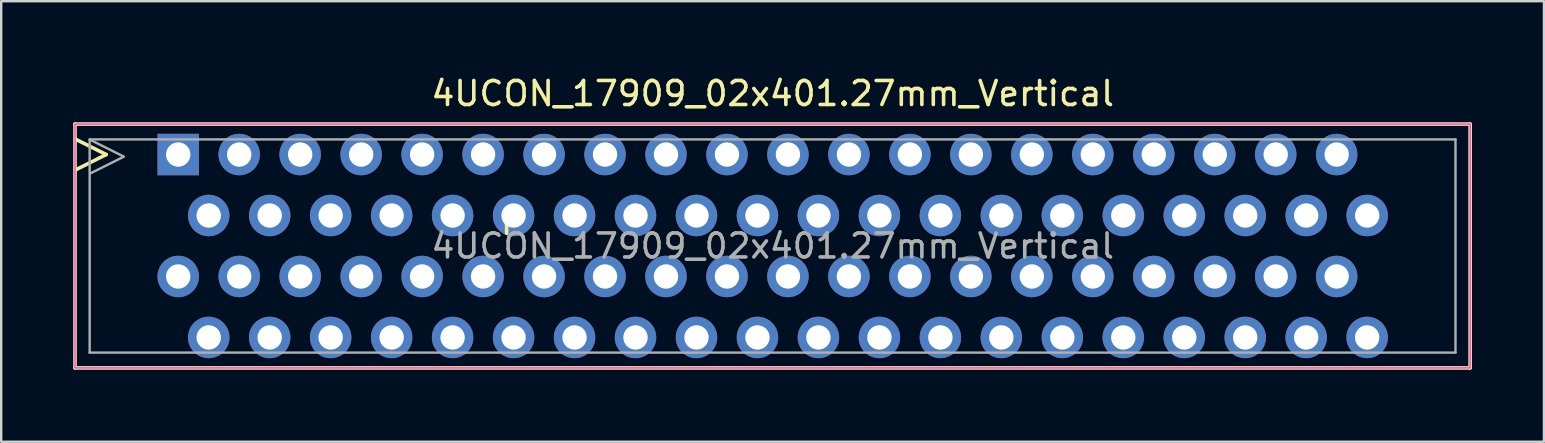
<source format=kicad_pcb>
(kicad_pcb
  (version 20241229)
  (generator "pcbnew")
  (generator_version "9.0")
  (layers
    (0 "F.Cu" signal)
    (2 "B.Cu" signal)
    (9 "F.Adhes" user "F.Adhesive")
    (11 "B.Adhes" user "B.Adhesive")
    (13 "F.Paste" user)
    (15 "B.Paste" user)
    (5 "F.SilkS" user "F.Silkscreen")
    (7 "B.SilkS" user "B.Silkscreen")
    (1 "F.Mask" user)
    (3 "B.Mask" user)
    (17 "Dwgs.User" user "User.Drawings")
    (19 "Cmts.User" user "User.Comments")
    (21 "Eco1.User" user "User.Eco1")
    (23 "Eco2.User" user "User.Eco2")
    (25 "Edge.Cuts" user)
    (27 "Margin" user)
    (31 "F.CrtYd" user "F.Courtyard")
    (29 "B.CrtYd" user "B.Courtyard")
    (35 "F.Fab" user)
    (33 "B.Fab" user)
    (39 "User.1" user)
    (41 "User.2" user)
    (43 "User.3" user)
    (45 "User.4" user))
  (footprint "4UCON_17909_02x401.27mm_Vertical"
    (layer "F.Cu")
    (at 4.375 3.388)
    (property "Reference" "4UCON_17909_02x401.27mm_Vertical" (at 24.765 -2.54 0) (layer "F.SilkS") (effects (font (size 1 1) (thickness 0.15))))
    (attr through_hole)
    (fp_line (start -4.3 -1.27) (end 53.82 -1.27) (stroke (width 0.15) (type solid)) (layer "F.SilkS"))
    (fp_line (start -4.3 8.89) (end -4.3 -1.27) (stroke (width 0.15) (type solid)) (layer "F.SilkS"))
    (fp_line (start -4.27 -0.635) (end -3 0) (stroke (width 0.15) (type solid)) (layer "F.SilkS"))
    (fp_line (start -3 0) (end -4.27 0.635) (stroke (width 0.15) (type solid)) (layer "F.SilkS"))
    (fp_line (start 13.68 2.73) (end 13.68 3.28) (stroke (width 0.15) (type solid)) (layer "F.SilkS"))
    (fp_line (start 53.82 -1.27) (end 53.82 8.89) (stroke (width 0.15) (type solid)) (layer "F.SilkS"))
    (fp_line (start 53.82 8.89) (end -4.3 8.89) (stroke (width 0.15) (type solid)) (layer "F.SilkS"))
    (fp_line (start -4.3 -1.27) (end -4.3 8.89) (stroke (width 0.05) (type solid)) (layer "F.CrtYd"))
    (fp_line (start -4.3 8.89) (end 53.82 8.89) (stroke (width 0.05) (type solid)) (layer "F.CrtYd"))
    (fp_line (start 53.82 -1.27) (end -4.3 -1.27) (stroke (width 0.05) (type solid)) (layer "F.CrtYd"))
    (fp_line (start 53.82 8.89) (end 53.82 -1.27) (stroke (width 0.05) (type solid)) (layer "F.CrtYd"))
    (fp_line (start -3.69 -0.63) (end 53.21 -0.63) (stroke (width 0.1) (type solid)) (layer "F.Fab"))
    (fp_line (start -3.69 8.25) (end -3.69 -0.63) (stroke (width 0.1) (type solid)) (layer "F.Fab"))
    (fp_line (start -3.68 -0.62) (end -2.28 0.08) (stroke (width 0.1) (type solid)) (layer "F.Fab"))
    (fp_line (start -2.27 0.09) (end -3.67 0.79) (stroke (width 0.1) (type solid)) (layer "F.Fab"))
    (fp_line (start 53.21 -0.63) (end 53.21 8.25) (stroke (width 0.1) (type solid)) (layer "F.Fab"))
    (fp_line (start 53.21 8.25) (end -3.69 8.25) (stroke (width 0.1) (type solid)) (layer "F.Fab"))
    (fp_text user "${REFERENCE}" (at 24.765 3.81 0) (layer "F.Fab") (effects (font (size 1 1) (thickness 0.15))))
    (pad "1" thru_hole rect (at 0 0) (size 1.727 1.727) (drill 1.016) (layers "*.Cu" "*.Mask"))
    (pad "2" thru_hole oval (at 0 5.08) (size 1.727 1.727) (drill 1.016) (layers "*.Cu" "*.Mask"))
    (pad "3" thru_hole oval (at 1.27 2.54) (size 1.727 1.727) (drill 1.016) (layers "*.Cu" "*.Mask"))
    (pad "4" thru_hole oval (at 1.27 7.62) (size 1.727 1.727) (drill 1.016) (layers "*.Cu" "*.Mask"))
    (pad "5" thru_hole oval (at 2.54 0) (size 1.727 1.727) (drill 1.016) (layers "*.Cu" "*.Mask"))
    (pad "6" thru_hole oval (at 2.54 5.08) (size 1.727 1.727) (drill 1.016) (layers "*.Cu" "*.Mask"))
    (pad "7" thru_hole oval (at 3.81 2.54) (size 1.727 1.727) (drill 1.016) (layers "*.Cu" "*.Mask"))
    (pad "8" thru_hole oval (at 3.81 7.62) (size 1.727 1.727) (drill 1.016) (layers "*.Cu" "*.Mask"))
    (pad "9" thru_hole oval (at 5.08 0) (size 1.727 1.727) (drill 1.016) (layers "*.Cu" "*.Mask"))
    (pad "10" thru_hole oval (at 5.08 5.08) (size 1.727 1.727) (drill 1.016) (layers "*.Cu" "*.Mask"))
    (pad "11" thru_hole oval (at 6.35 2.54) (size 1.727 1.727) (drill 1.016) (layers "*.Cu" "*.Mask"))
    (pad "12" thru_hole oval (at 6.35 7.62) (size 1.727 1.727) (drill 1.016) (layers "*.Cu" "*.Mask"))
    (pad "13" thru_hole oval (at 7.62 0) (size 1.727 1.727) (drill 1.016) (layers "*.Cu" "*.Mask"))
    (pad "14" thru_hole oval (at 7.62 5.08) (size 1.727 1.727) (drill 1.016) (layers "*.Cu" "*.Mask"))
    (pad "15" thru_hole oval (at 8.89 2.54) (size 1.727 1.727) (drill 1.016) (layers "*.Cu" "*.Mask"))
    (pad "16" thru_hole oval (at 8.89 7.62) (size 1.727 1.727) (drill 1.016) (layers "*.Cu" "*.Mask"))
    (pad "17" thru_hole oval (at 10.16 0) (size 1.727 1.727) (drill 1.016) (layers "*.Cu" "*.Mask"))
    (pad "18" thru_hole oval (at 10.16 5.08) (size 1.727 1.727) (drill 1.016) (layers "*.Cu" "*.Mask"))
    (pad "19" thru_hole oval (at 11.43 2.54) (size 1.727 1.727) (drill 1.016) (layers "*.Cu" "*.Mask"))
    (pad "20" thru_hole oval (at 11.43 7.62) (size 1.727 1.727) (drill 1.016) (layers "*.Cu" "*.Mask"))
    (pad "21" thru_hole oval (at 12.7 0) (size 1.727 1.727) (drill 1.016) (layers "*.Cu" "*.Mask"))
    (pad "22" thru_hole oval (at 12.7 5.08) (size 1.727 1.727) (drill 1.016) (layers "*.Cu" "*.Mask"))
    (pad "23" thru_hole oval (at 13.97 2.54) (size 1.727 1.727) (drill 1.016) (layers "*.Cu" "*.Mask"))
    (pad "24" thru_hole oval (at 13.97 7.62) (size 1.727 1.727) (drill 1.016) (layers "*.Cu" "*.Mask"))
    (pad "25" thru_hole oval (at 15.24 0) (size 1.727 1.727) (drill 1.016) (layers "*.Cu" "*.Mask"))
    (pad "26" thru_hole oval (at 15.24 5.08) (size 1.727 1.727) (drill 1.016) (layers "*.Cu" "*.Mask"))
    (pad "27" thru_hole oval (at 16.51 2.54) (size 1.727 1.727) (drill 1.016) (layers "*.Cu" "*.Mask"))
    (pad "28" thru_hole oval (at 16.51 7.62) (size 1.727 1.727) (drill 1.016) (layers "*.Cu" "*.Mask"))
    (pad "29" thru_hole oval (at 17.78 0) (size 1.727 1.727) (drill 1.016) (layers "*.Cu" "*.Mask"))
    (pad "30" thru_hole oval (at 17.78 5.08) (size 1.727 1.727) (drill 1.016) (layers "*.Cu" "*.Mask"))
    (pad "31" thru_hole oval (at 19.05 2.54) (size 1.727 1.727) (drill 1.016) (layers "*.Cu" "*.Mask"))
    (pad "32" thru_hole oval (at 19.05 7.62) (size 1.727 1.727) (drill 1.016) (layers "*.Cu" "*.Mask"))
    (pad "33" thru_hole oval (at 20.32 0) (size 1.727 1.727) (drill 1.016) (layers "*.Cu" "*.Mask"))
    (pad "34" thru_hole oval (at 20.32 5.08) (size 1.727 1.727) (drill 1.016) (layers "*.Cu" "*.Mask"))
    (pad "35" thru_hole oval (at 21.59 2.54) (size 1.727 1.727) (drill 1.016) (layers "*.Cu" "*.Mask"))
    (pad "36" thru_hole oval (at 21.59 7.62) (size 1.727 1.727) (drill 1.016) (layers "*.Cu" "*.Mask"))
    (pad "37" thru_hole oval (at 22.86 0) (size 1.727 1.727) (drill 1.016) (layers "*.Cu" "*.Mask"))
    (pad "38" thru_hole oval (at 22.86 5.08) (size 1.727 1.727) (drill 1.016) (layers "*.Cu" "*.Mask"))
    (pad "39" thru_hole oval (at 24.13 2.54) (size 1.727 1.727) (drill 1.016) (layers "*.Cu" "*.Mask"))
    (pad "40" thru_hole oval (at 24.13 7.62) (size 1.727 1.727) (drill 1.016) (layers "*.Cu" "*.Mask"))
    (pad "41" thru_hole oval (at 25.4 0) (size 1.727 1.727) (drill 1.016) (layers "*.Cu" "*.Mask"))
    (pad "42" thru_hole oval (at 25.4 5.08) (size 1.727 1.727) (drill 1.016) (layers "*.Cu" "*.Mask"))
    (pad "43" thru_hole oval (at 26.67 2.54) (size 1.727 1.727) (drill 1.016) (layers "*.Cu" "*.Mask"))
    (pad "44" thru_hole oval (at 26.67 7.62) (size 1.727 1.727) (drill 1.016) (layers "*.Cu" "*.Mask"))
    (pad "45" thru_hole oval (at 27.94 0) (size 1.727 1.727) (drill 1.016) (layers "*.Cu" "*.Mask"))
    (pad "46" thru_hole oval (at 27.94 5.08) (size 1.727 1.727) (drill 1.016) (layers "*.Cu" "*.Mask"))
    (pad "47" thru_hole oval (at 29.21 2.54) (size 1.727 1.727) (drill 1.016) (layers "*.Cu" "*.Mask"))
    (pad "48" thru_hole oval (at 29.21 7.62) (size 1.727 1.727) (drill 1.016) (layers "*.Cu" "*.Mask"))
    (pad "49" thru_hole oval (at 30.48 0) (size 1.727 1.727) (drill 1.016) (layers "*.Cu" "*.Mask"))
    (pad "50" thru_hole oval (at 30.48 5.08) (size 1.727 1.727) (drill 1.016) (layers "*.Cu" "*.Mask"))
    (pad "51" thru_hole oval (at 31.75 2.54) (size 1.727 1.727) (drill 1.016) (layers "*.Cu" "*.Mask"))
    (pad "52" thru_hole oval (at 31.75 7.62) (size 1.727 1.727) (drill 1.016) (layers "*.Cu" "*.Mask"))
    (pad "53" thru_hole oval (at 33.02 0) (size 1.727 1.727) (drill 1.016) (layers "*.Cu" "*.Mask"))
    (pad "54" thru_hole oval (at 33.02 5.08) (size 1.727 1.727) (drill 1.016) (layers "*.Cu" "*.Mask"))
    (pad "55" thru_hole oval (at 34.29 2.54) (size 1.727 1.727) (drill 1.016) (layers "*.Cu" "*.Mask"))
    (pad "56" thru_hole oval (at 34.29 7.62) (size 1.727 1.727) (drill 1.016) (layers "*.Cu" "*.Mask"))
    (pad "57" thru_hole oval (at 35.56 0) (size 1.727 1.727) (drill 1.016) (layers "*.Cu" "*.Mask"))
    (pad "58" thru_hole oval (at 35.56 5.08) (size 1.727 1.727) (drill 1.016) (layers "*.Cu" "*.Mask"))
    (pad "59" thru_hole oval (at 36.83 2.54) (size 1.727 1.727) (drill 1.016) (layers "*.Cu" "*.Mask"))
    (pad "60" thru_hole oval (at 36.83 7.62) (size 1.727 1.727) (drill 1.016) (layers "*.Cu" "*.Mask"))
    (pad "61" thru_hole oval (at 38.1 0) (size 1.727 1.727) (drill 1.016) (layers "*.Cu" "*.Mask"))
    (pad "62" thru_hole oval (at 38.1 5.08) (size 1.727 1.727) (drill 1.016) (layers "*.Cu" "*.Mask"))
    (pad "63" thru_hole oval (at 39.37 2.54) (size 1.727 1.727) (drill 1.016) (layers "*.Cu" "*.Mask"))
    (pad "64" thru_hole oval (at 39.37 7.62) (size 1.727 1.727) (drill 1.016) (layers "*.Cu" "*.Mask"))
    (pad "65" thru_hole oval (at 40.64 0) (size 1.727 1.727) (drill 1.016) (layers "*.Cu" "*.Mask"))
    (pad "66" thru_hole oval (at 40.64 5.08) (size 1.727 1.727) (drill 1.016) (layers "*.Cu" "*.Mask"))
    (pad "67" thru_hole oval (at 41.91 2.54) (size 1.727 1.727) (drill 1.016) (layers "*.Cu" "*.Mask"))
    (pad "68" thru_hole oval (at 41.91 7.62) (size 1.727 1.727) (drill 1.016) (layers "*.Cu" "*.Mask"))
    (pad "69" thru_hole oval (at 43.18 0) (size 1.727 1.727) (drill 1.016) (layers "*.Cu" "*.Mask"))
    (pad "70" thru_hole oval (at 43.18 5.08) (size 1.727 1.727) (drill 1.016) (layers "*.Cu" "*.Mask"))
    (pad "71" thru_hole oval (at 44.45 2.54) (size 1.727 1.727) (drill 1.016) (layers "*.Cu" "*.Mask"))
    (pad "72" thru_hole oval (at 44.45 7.62) (size 1.727 1.727) (drill 1.016) (layers "*.Cu" "*.Mask"))
    (pad "73" thru_hole oval (at 45.72 0) (size 1.727 1.727) (drill 1.016) (layers "*.Cu" "*.Mask"))
    (pad "74" thru_hole oval (at 45.72 5.08) (size 1.727 1.727) (drill 1.016) (layers "*.Cu" "*.Mask"))
    (pad "75" thru_hole oval (at 46.99 2.54) (size 1.727 1.727) (drill 1.016) (layers "*.Cu" "*.Mask"))
    (pad "76" thru_hole oval (at 46.99 7.62) (size 1.727 1.727) (drill 1.016) (layers "*.Cu" "*.Mask"))
    (pad "77" thru_hole oval (at 48.26 0) (size 1.727 1.727) (drill 1.016) (layers "*.Cu" "*.Mask"))
    (pad "78" thru_hole oval (at 48.26 5.08) (size 1.727 1.727) (drill 1.016) (layers "*.Cu" "*.Mask"))
    (pad "79" thru_hole oval (at 49.53 2.54) (size 1.727 1.727) (drill 1.016) (layers "*.Cu" "*.Mask"))
    (pad "80" thru_hole oval (at 49.53 7.62) (size 1.727 1.727) (drill 1.016) (layers "*.Cu" "*.Mask")))
  (gr_rect
    (start -3 -3)
    (end 61.27 15.353)
    (stroke (width 0.1) (type default))
    (fill no)
    (layer "Edge.Cuts")))
</source>
